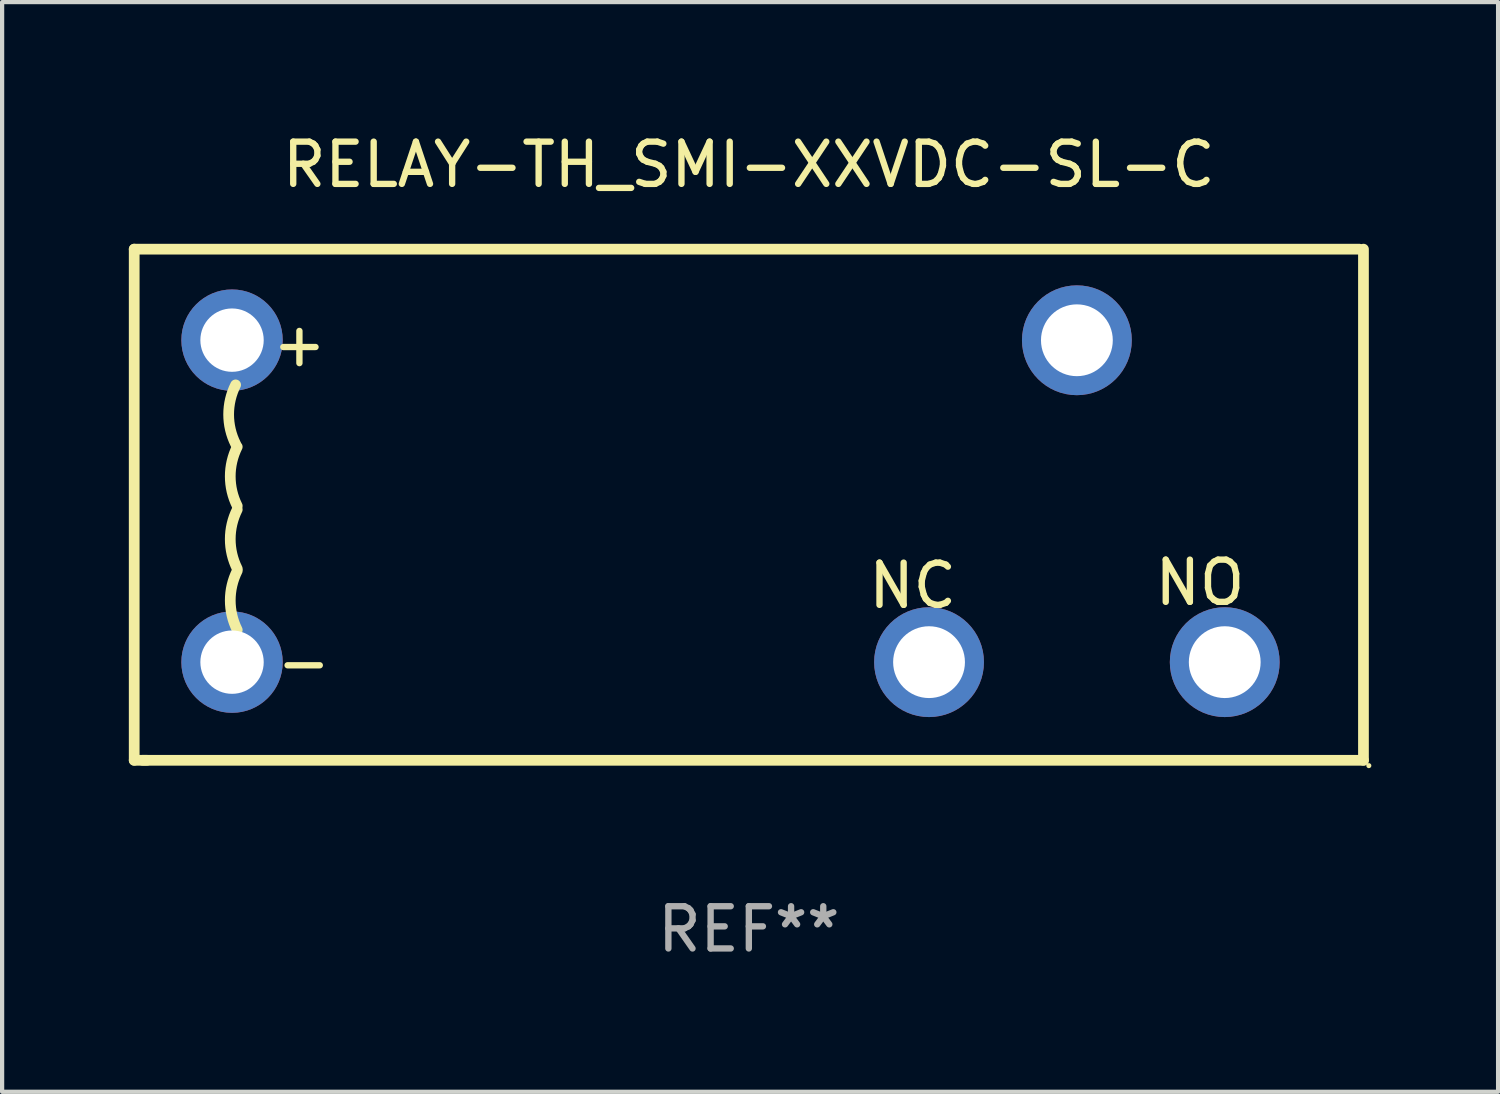
<source format=kicad_pcb>
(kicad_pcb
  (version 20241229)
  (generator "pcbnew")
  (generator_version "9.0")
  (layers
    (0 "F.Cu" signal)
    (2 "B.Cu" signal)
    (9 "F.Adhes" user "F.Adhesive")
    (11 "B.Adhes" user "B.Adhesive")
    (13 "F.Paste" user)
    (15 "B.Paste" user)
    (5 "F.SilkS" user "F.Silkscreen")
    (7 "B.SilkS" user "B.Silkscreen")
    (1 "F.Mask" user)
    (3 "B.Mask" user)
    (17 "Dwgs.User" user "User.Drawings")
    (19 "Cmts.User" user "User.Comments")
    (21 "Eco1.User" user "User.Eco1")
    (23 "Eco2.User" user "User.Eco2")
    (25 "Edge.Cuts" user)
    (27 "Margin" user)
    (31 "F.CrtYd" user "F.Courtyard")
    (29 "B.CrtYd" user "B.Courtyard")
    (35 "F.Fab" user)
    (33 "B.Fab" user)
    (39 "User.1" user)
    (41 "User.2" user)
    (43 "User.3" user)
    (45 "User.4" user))
  (footprint "RELAY-TH_SMI-XXVDC-SL-C"
    (layer "F.Cu")
    (at 14.677 8.898)
    (property "Reference" "RELAY-TH_SMI-XXVDC-SL-C" (at 0 -8.05 0) (layer "F.SilkS") (effects (font (size 1 1) (thickness 0.15))))
    (attr through_hole)
    (fp_line (start -14.55 -6.05) (end -14.55 6.05) (stroke (width 0.254) (type solid)) (layer "F.SilkS"))
    (fp_line (start -14.55 -6.05) (end 14.45 -6.05) (stroke (width 0.254) (type solid)) (layer "F.SilkS"))
    (fp_line (start -14.55 6.05) (end -14.25 6.05) (stroke (width 0.254) (type solid)) (layer "F.SilkS"))
    (fp_line (start -14.35 6.05) (end 14.55 6.05) (stroke (width 0.254) (type solid)) (layer "F.SilkS"))
    (fp_line (start 14.55 -6.05) (end 14.55 6.05) (stroke (width 0.254) (type solid)) (layer "F.SilkS"))
    (fp_arc (start -12.148971 -1.437008) (mid -12.314138 -2.136779) (end -12.148971 -2.836551) (stroke (width 0.254001) (type solid)) (layer "F.SilkS"))
    (fp_arc (start -12.110871 0.028575) (mid -12.276038 -0.671196) (end -12.110871 -1.370968) (stroke (width 0.254001) (type solid)) (layer "F.SilkS"))
    (fp_arc (start -12.110871 1.514478) (mid -12.276038 0.814707) (end -12.110871 0.114935) (stroke (width 0.254001) (type solid)) (layer "F.SilkS"))
    (fp_arc (start -12.110871 2.964821) (mid -12.276038 2.26505) (end -12.110871 1.565278) (stroke (width 0.254001) (type solid)) (layer "F.SilkS"))
    (fp_circle (center 14.677 6.177) (end 14.707 6.177) (stroke (width 0.06) (type solid)) (fill no) (layer "F.SilkS"))
    (fp_text user "NC" (at 3.879 1.916 0) (layer "F.SilkS") (effects (font (size 1 1) (thickness 0.15))))
    (fp_text user "-" (at -10.538 3.727 0) (layer "F.SilkS") (effects (font (size 1 1) (thickness 0.15))))
    (fp_text user "NO" (at 10.679 1.845 0) (layer "F.SilkS") (effects (font (size 1 1) (thickness 0.15))))
    (fp_text user "+" (at -10.639 -3.807 0) (layer "F.SilkS") (effects (font (size 1 1) (thickness 0.15))))
    (fp_text user "REF**" (at 0 10.05 0) (layer "F.Fab") (effects (font (size 1 1) (thickness 0.15))))
    (pad "1" thru_hole circle (at 4.266 3.727) (size 2.6 2.6) (drill 1.7) (layers "*.Cu" "*.Mask"))
    (pad "2" thru_hole circle (at 11.266 3.727) (size 2.6 2.6) (drill 1.7) (layers "*.Cu" "*.Mask"))
    (pad "3" thru_hole circle (at -12.234 -3.896) (size 2.4 2.4) (drill 1.5) (layers "*.Cu" "*.Mask"))
    (pad "4" thru_hole circle (at -12.234 3.727) (size 2.4 2.4) (drill 1.5) (layers "*.Cu" "*.Mask"))
    (pad "5" thru_hole circle (at 7.766 -3.893) (size 2.6 2.6) (drill 1.7) (layers "*.Cu" "*.Mask")))
  (gr_rect
    (start -3 -3)
    (end 32.414 22.796)
    (stroke (width 0.1) (type default))
    (fill no)
    (layer "Edge.Cuts")))
</source>
